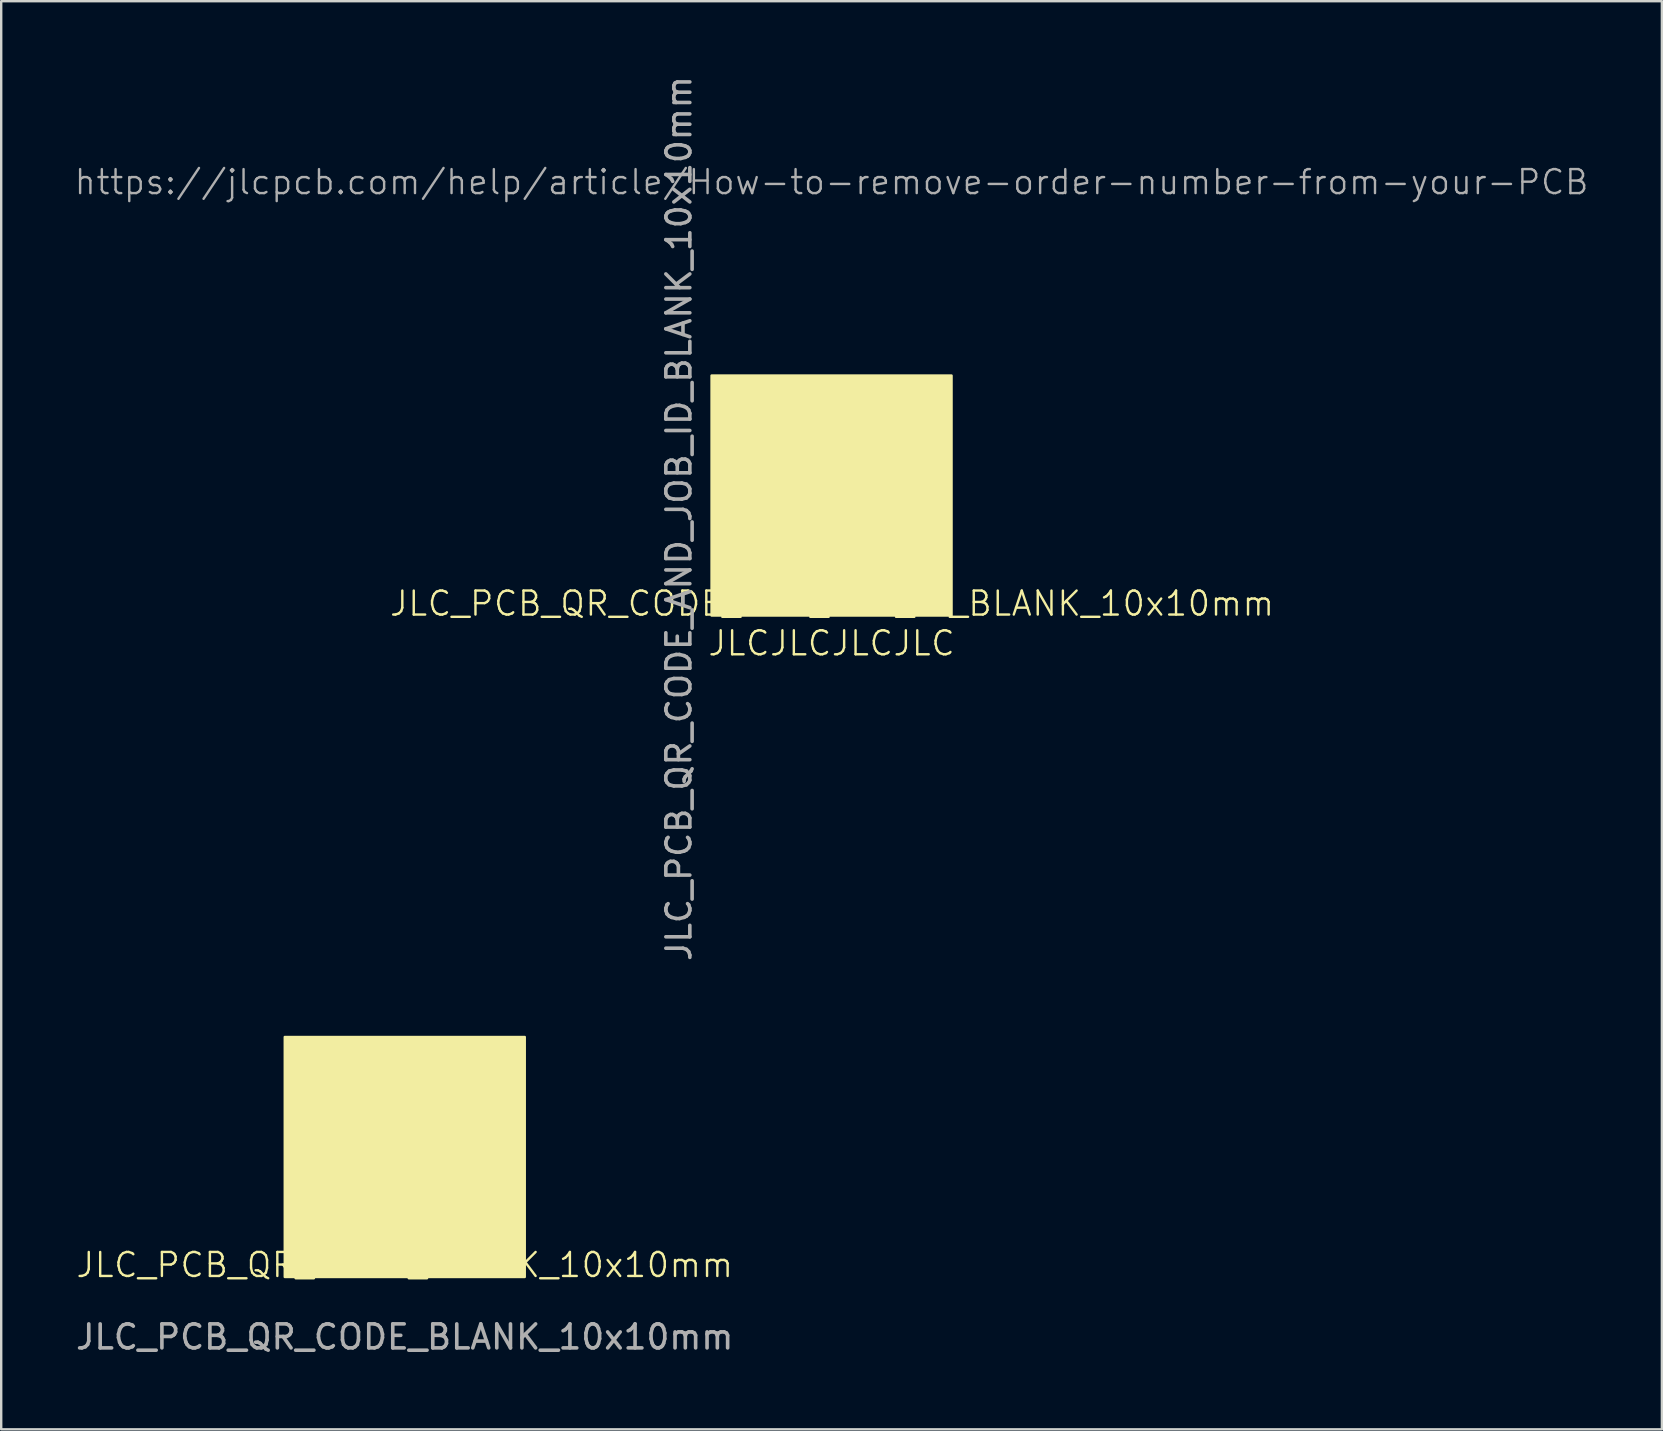
<source format=kicad_pcb>
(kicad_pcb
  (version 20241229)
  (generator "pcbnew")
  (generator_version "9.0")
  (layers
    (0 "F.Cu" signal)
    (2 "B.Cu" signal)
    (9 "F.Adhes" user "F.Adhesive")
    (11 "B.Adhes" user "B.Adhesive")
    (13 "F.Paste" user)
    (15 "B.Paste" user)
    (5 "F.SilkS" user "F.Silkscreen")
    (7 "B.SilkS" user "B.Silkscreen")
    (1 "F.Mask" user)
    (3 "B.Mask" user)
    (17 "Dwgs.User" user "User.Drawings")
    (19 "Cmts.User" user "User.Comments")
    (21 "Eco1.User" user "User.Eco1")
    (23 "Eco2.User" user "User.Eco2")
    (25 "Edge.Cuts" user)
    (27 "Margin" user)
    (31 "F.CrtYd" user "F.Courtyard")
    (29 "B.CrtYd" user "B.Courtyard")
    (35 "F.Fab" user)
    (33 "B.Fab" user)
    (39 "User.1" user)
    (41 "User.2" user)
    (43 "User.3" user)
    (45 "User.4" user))
  (footprint "JLC_PCB_QR_CODE_AND_JOB_ID_BLANK_10x10mm"
    (layer "F.Cu")
    (at 31.618 22.598)
    (property "Reference" "JLC_PCB_QR_CODE_AND_JOB_ID_BLANK_10x10mm" (at 0 -0.5 0) (unlocked yes) (layer "F.SilkS") (effects (font (size 1 1) (thickness 0.1))))
    (property "Details" "https://jlcpcb.com/help/article/How-to-remove-order-number-from-your-PCB" (at -0.02 -18.06 0) (layer "F.Fab") (effects (font (size 1 1) (thickness 0.1))))
    (attr board_only exclude_from_bom)
    (fp_rect (start -5.02 -10) (end 4.98 0) (stroke (width 0.1) (type solid)) (fill yes) (layer "F.SilkS"))
    (fp_text user "JLCJLCJLCJLC" (at -0.02 1.74 0) (layer "F.SilkS") (effects (font (size 1 1) (thickness 0.1)) (justify bottom)))
    (fp_text user "${REFERENCE}" (at -6.38 -4.044 90) (unlocked yes) (layer "F.Fab") (effects (font (size 1 1) (thickness 0.15))))
    (zone (net_name "") (layers "F.Cu" "B.Cu" "F.SilkS") (name "QR_CODE") (hatch edge 0.5) (connect_pads) (min_thickness 0.25) (filled_areas_thickness no) (keepout (tracks not_allowed) (vias not_allowed) (pads not_allowed) (copperpour not_allowed) (footprints not_allowed)) (placement (enabled no)) (fill) (polygon (pts (xy 26.618 12.598) (xy 36.618 12.598) (xy 36.618 22.598) (xy 26.618 22.598)))))
  (footprint "JLC_PCB_QR_CODE_BLANK_10x10mm"
    (layer "F.Cu")
    (at 13.815 50.157)
    (property "Reference" "JLC_PCB_QR_CODE_BLANK_10x10mm" (at 0 -0.5 0) (unlocked yes) (layer "F.SilkS") (effects (font (size 1 1) (thickness 0.1))))
    (fp_rect (start -5 -10) (end 5 0) (stroke (width 0.1) (type solid)) (fill yes) (layer "F.SilkS"))
    (fp_text user "${REFERENCE}" (at 0 2.5 0) (unlocked yes) (layer "F.Fab") (effects (font (size 1 1) (thickness 0.15))))
    (zone (net_name "") (layers "F.Cu" "B.Cu" "F.SilkS") (name "QR_CODE") (hatch edge 0.5) (connect_pads) (min_thickness 0.25) (filled_areas_thickness no) (keepout (tracks not_allowed) (vias not_allowed) (pads not_allowed) (copperpour not_allowed) (footprints not_allowed)) (placement (enabled no)) (fill) (polygon (pts (xy 8.815 40.157) (xy 18.815 40.157) (xy 18.815 50.157) (xy 8.815 50.157)))))
  (gr_rect
    (start -3 -3)
    (end 66.195 56.505)
    (stroke (width 0.1) (type default))
    (fill no)
    (layer "Edge.Cuts")))
</source>
